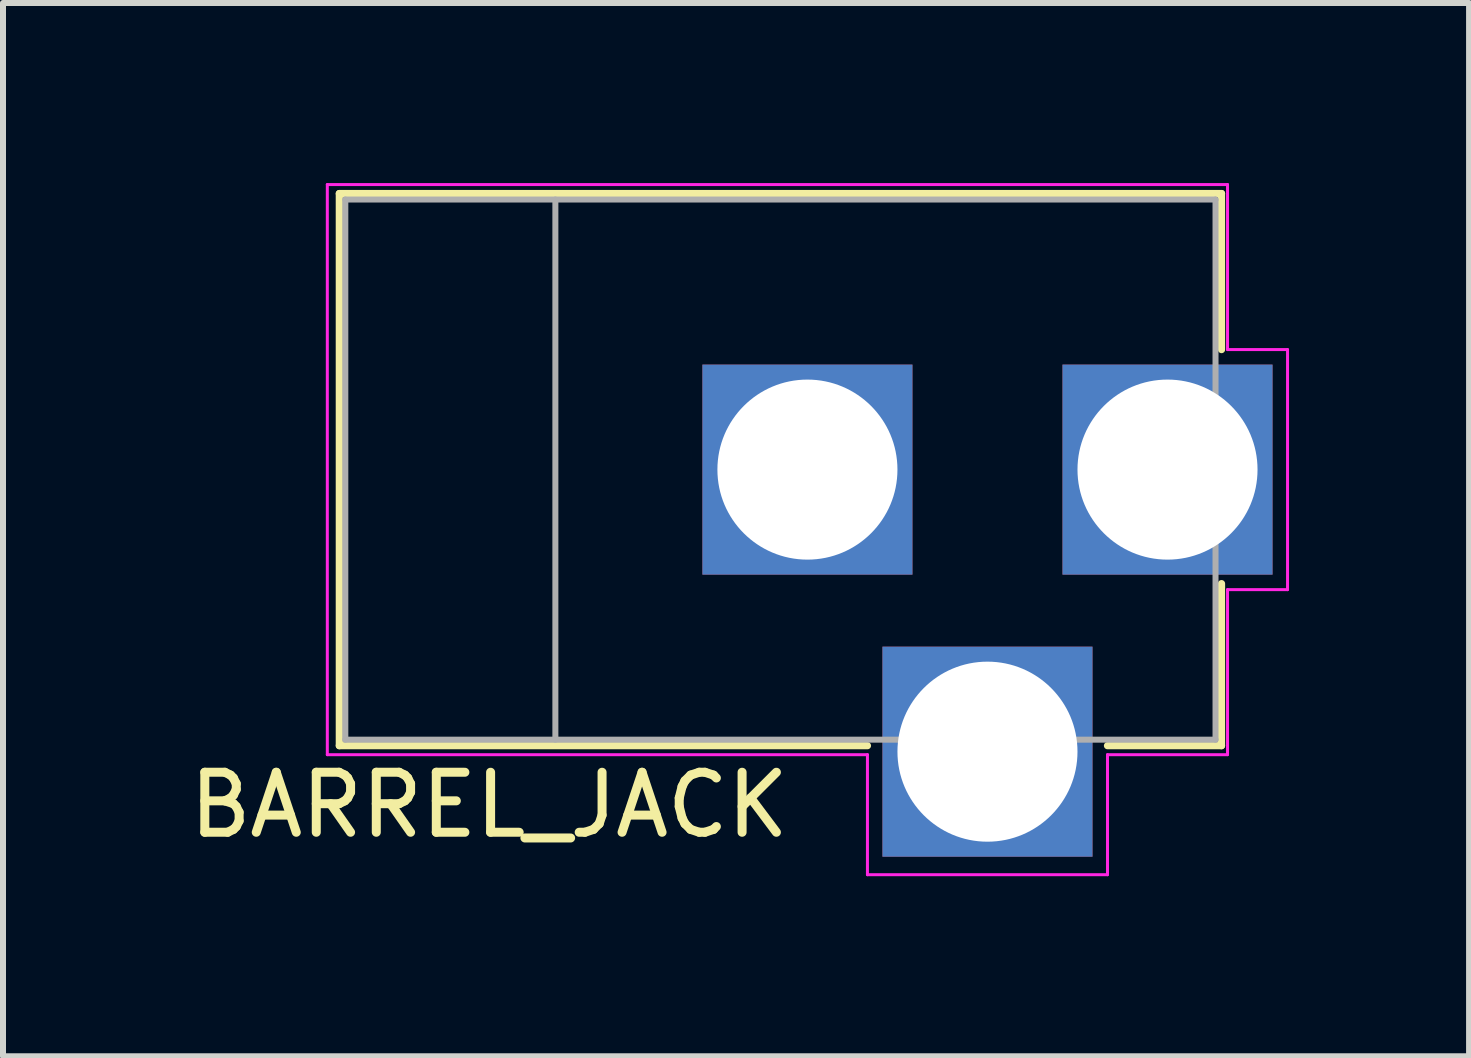
<source format=kicad_pcb>
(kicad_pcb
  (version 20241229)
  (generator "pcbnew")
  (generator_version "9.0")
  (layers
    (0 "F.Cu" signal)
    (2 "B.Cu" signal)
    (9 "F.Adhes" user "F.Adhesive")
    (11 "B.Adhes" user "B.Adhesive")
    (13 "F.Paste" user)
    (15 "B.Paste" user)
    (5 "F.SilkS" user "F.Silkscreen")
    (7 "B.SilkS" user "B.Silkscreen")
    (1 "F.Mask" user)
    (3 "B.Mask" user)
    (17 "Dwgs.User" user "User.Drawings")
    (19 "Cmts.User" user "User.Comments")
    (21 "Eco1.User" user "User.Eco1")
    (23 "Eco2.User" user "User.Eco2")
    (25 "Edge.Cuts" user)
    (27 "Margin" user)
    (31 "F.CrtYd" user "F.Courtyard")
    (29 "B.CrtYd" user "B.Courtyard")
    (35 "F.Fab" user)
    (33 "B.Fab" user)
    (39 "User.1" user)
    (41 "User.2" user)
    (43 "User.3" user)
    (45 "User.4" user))
  (footprint "BARREL_JACK"
    (layer "F.Cu")
    (at 16.404 4.775)
    (property "Reference" "BARREL_JACK" (at -11.303 5.588 180) (layer "F.SilkS") (effects (font (size 1 1) (thickness 0.15))))
    (attr through_hole)
    (fp_line (start -13.8 -4.6) (end 0.9 -4.6) (stroke (width 0.12) (type solid)) (layer "F.SilkS"))
    (fp_line (start -13.8 4.6) (end -13.8 -4.6) (stroke (width 0.12) (type solid)) (layer "F.SilkS"))
    (fp_line (start -5 4.6) (end -13.8 4.6) (stroke (width 0.12) (type solid)) (layer "F.SilkS"))
    (fp_line (start 0.9 -4.6) (end 0.9 -2) (stroke (width 0.12) (type solid)) (layer "F.SilkS"))
    (fp_line (start 0.9 1.9) (end 0.9 4.6) (stroke (width 0.12) (type solid)) (layer "F.SilkS"))
    (fp_line (start 0.9 4.6) (end -1 4.6) (stroke (width 0.12) (type solid)) (layer "F.SilkS"))
    (fp_line (start -14 4.75) (end -14 -4.75) (stroke (width 0.05) (type solid)) (layer "F.CrtYd"))
    (fp_line (start -5 4.75) (end -14 4.75) (stroke (width 0.05) (type solid)) (layer "F.CrtYd"))
    (fp_line (start -5 6.75) (end -5 4.75) (stroke (width 0.05) (type solid)) (layer "F.CrtYd"))
    (fp_line (start -1 4.75) (end -1 6.75) (stroke (width 0.05) (type solid)) (layer "F.CrtYd"))
    (fp_line (start -1 6.75) (end -5 6.75) (stroke (width 0.05) (type solid)) (layer "F.CrtYd"))
    (fp_line (start 1 -4.75) (end -14 -4.75) (stroke (width 0.05) (type solid)) (layer "F.CrtYd"))
    (fp_line (start 1 -4.5) (end 1 -4.75) (stroke (width 0.05) (type solid)) (layer "F.CrtYd"))
    (fp_line (start 1 -4.5) (end 1 -2) (stroke (width 0.05) (type solid)) (layer "F.CrtYd"))
    (fp_line (start 1 -2) (end 2 -2) (stroke (width 0.05) (type solid)) (layer "F.CrtYd"))
    (fp_line (start 1 2) (end 1 4.75) (stroke (width 0.05) (type solid)) (layer "F.CrtYd"))
    (fp_line (start 1 4.75) (end -1 4.75) (stroke (width 0.05) (type solid)) (layer "F.CrtYd"))
    (fp_line (start 2 -2) (end 2 2) (stroke (width 0.05) (type solid)) (layer "F.CrtYd"))
    (fp_line (start 2 2) (end 1 2) (stroke (width 0.05) (type solid)) (layer "F.CrtYd"))
    (fp_line (start -13.7 -4.5) (end -13.7 4.5) (stroke (width 0.1) (type solid)) (layer "F.Fab"))
    (fp_line (start -13.7 4.5) (end 0.8 4.5) (stroke (width 0.1) (type solid)) (layer "F.Fab"))
    (fp_line (start -10.2 -4.5) (end -10.2 4.5) (stroke (width 0.1) (type solid)) (layer "F.Fab"))
    (fp_line (start 0.8 -4.5) (end -13.7 -4.5) (stroke (width 0.1) (type solid)) (layer "F.Fab"))
    (fp_line (start 0.8 4.5) (end 0.8 -4.5) (stroke (width 0.1) (type solid)) (layer "F.Fab"))
    (pad "1" thru_hole rect (at 0 0) (size 3.5 3.5) (drill 3) (layers "*.Cu" "*.Mask"))
    (pad "2" thru_hole rect (at -6 0) (size 3.5 3.5) (drill 3) (layers "*.Cu" "*.Mask"))
    (pad "3" thru_hole rect (at -3 4.7) (size 3.5 3.5) (drill 3) (layers "*.Cu" "*.Mask")))
  (gr_rect
    (start -3 -3)
    (end 21.429 14.55)
    (stroke (width 0.1) (type default))
    (fill no)
    (layer "Edge.Cuts")))
</source>
